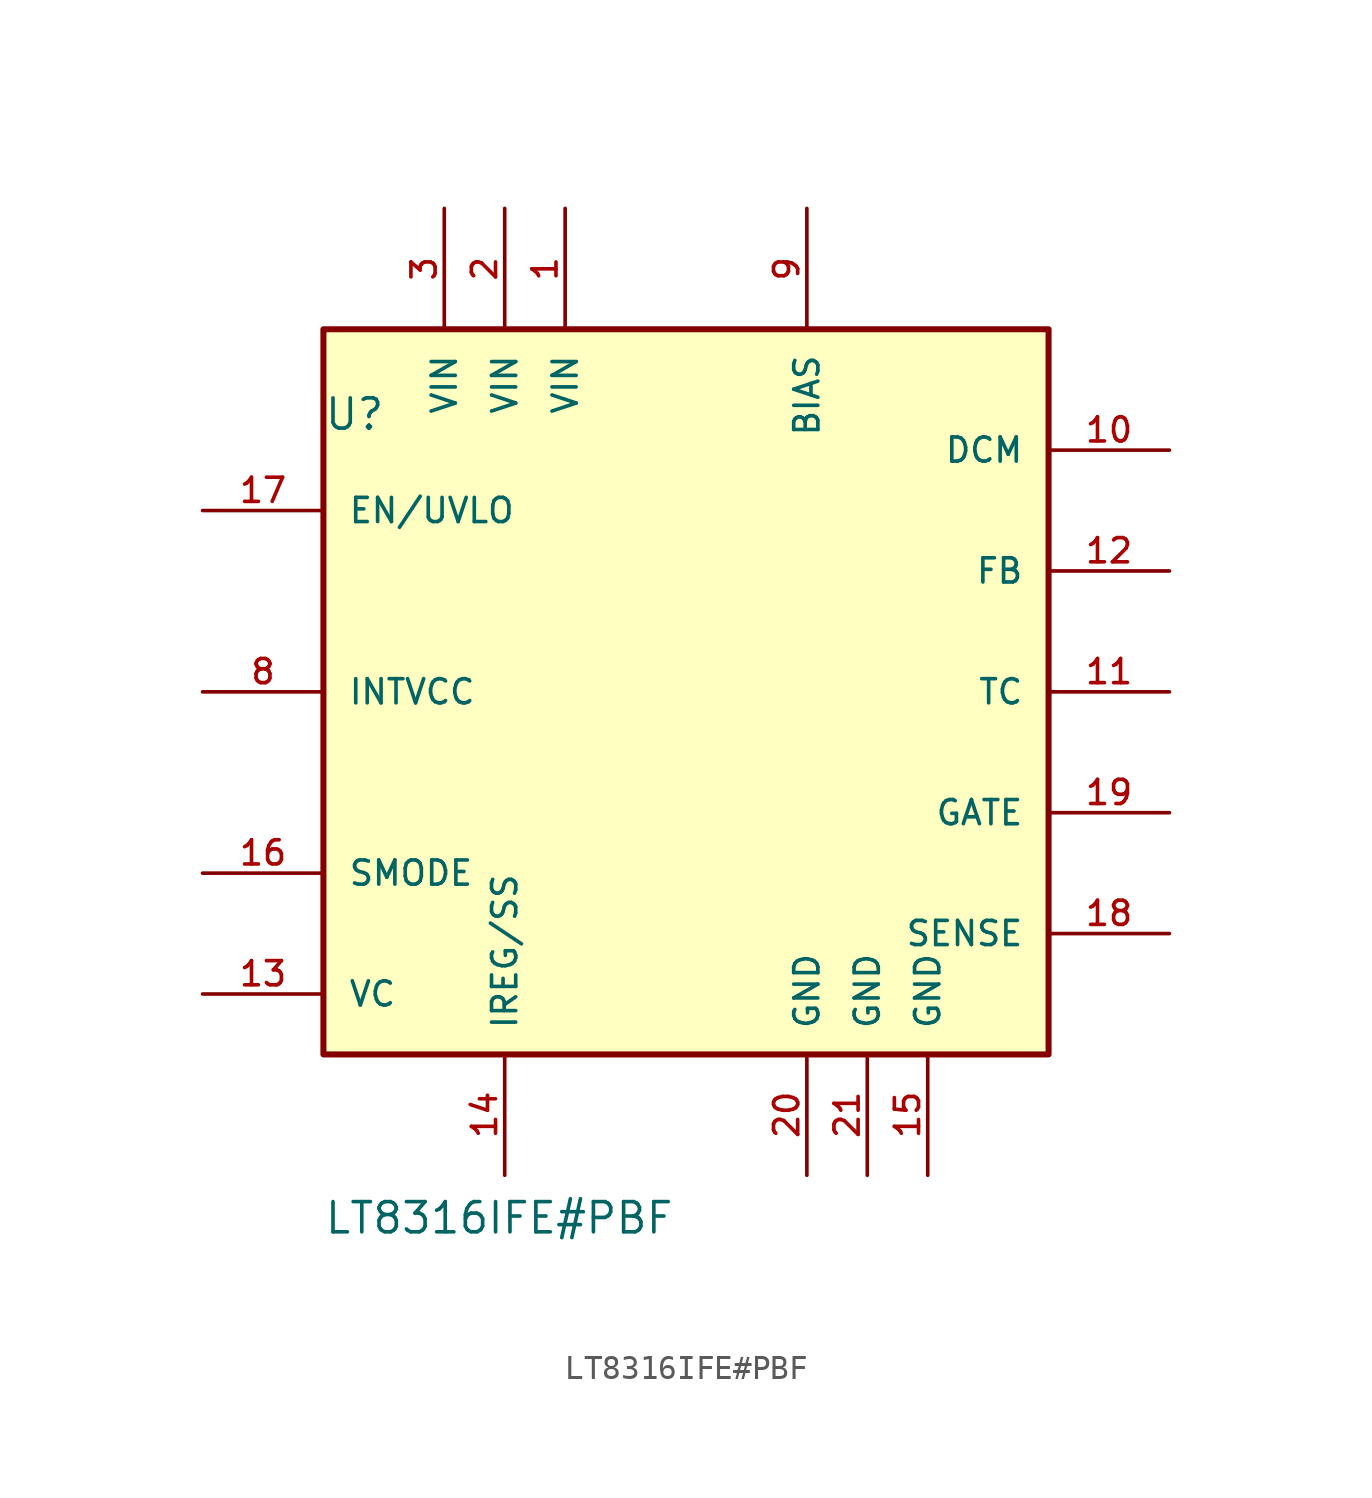
<source format=kicad_sym>
(kicad_symbol_lib
  (version 20211014)
  (generator kicad_symbol_editor)
  (symbol "LT8316IFE#PBF"
    (pin_names
      (offset 1.016))
    (property "Reference" "U"
      (at -15.24 16.002 0)
      (effects (font (size 1.27 1.27)) (justify left bottom)))
    (property "Value" "LT8316IFE#PBF"
      (at -15.24 -17.78 0)
      (effects (font (size 1.27 1.27)) (justify left bottom)))
    (symbol "LT8316IFE#PBF_0_0"
      (rectangle (start -15.24 -10.16) (end 15.24 20.32) (stroke (width 0.254) (type default) (color 0 0 0 0)) (fill (type background)))
      (pin input line (at -5.08 25.4 270) (length 5.08) (name "VIN" (effects (font (size 1.016 1.016)))) (number "1" (effects (font (size 1.016 1.016)))))
      (pin input line (at 20.32 15.24 180) (length 5.08) (name "DCM" (effects (font (size 1.016 1.016)))) (number "10" (effects (font (size 1.016 1.016)))))
      (pin passive line (at 20.32 5.08 180) (length 5.08) (name "TC" (effects (font (size 1.016 1.016)))) (number "11" (effects (font (size 1.016 1.016)))))
      (pin input line (at 20.32 10.16 180) (length 5.08) (name "FB" (effects (font (size 1.016 1.016)))) (number "12" (effects (font (size 1.016 1.016)))))
      (pin passive line (at -20.32 -7.62 0) (length 5.08) (name "VC" (effects (font (size 1.016 1.016)))) (number "13" (effects (font (size 1.016 1.016)))))
      (pin bidirectional line (at -7.62 -15.24 90) (length 5.08) (name "IREG/SS" (effects (font (size 1.016 1.016)))) (number "14" (effects (font (size 1.016 1.016)))))
      (pin power_in line (at 10.16 -15.24 90) (length 5.08) (name "GND" (effects (font (size 1.016 1.016)))) (number "15" (effects (font (size 1.016 1.016)))))
      (pin input line (at -20.32 -2.54 0) (length 5.08) (name "SMODE" (effects (font (size 1.016 1.016)))) (number "16" (effects (font (size 1.016 1.016)))))
      (pin input line (at -20.32 12.7 0) (length 5.08) (name "EN/UVLO" (effects (font (size 1.016 1.016)))) (number "17" (effects (font (size 1.016 1.016)))))
      (pin input line (at 20.32 -5.08 180) (length 5.08) (name "SENSE" (effects (font (size 1.016 1.016)))) (number "18" (effects (font (size 1.016 1.016)))))
      (pin output line (at 20.32 0 180) (length 5.08) (name "GATE" (effects (font (size 1.016 1.016)))) (number "19" (effects (font (size 1.016 1.016)))))
      (pin input line (at -7.62 25.4 270) (length 5.08) (name "VIN" (effects (font (size 1.016 1.016)))) (number "2" (effects (font (size 1.016 1.016)))))
      (pin power_in line (at 5.08 -15.24 90) (length 5.08) (name "GND" (effects (font (size 1.016 1.016)))) (number "20" (effects (font (size 1.016 1.016)))))
      (pin power_in line (at 7.62 -15.24 90) (length 5.08) (name "GND" (effects (font (size 1.016 1.016)))) (number "21" (effects (font (size 1.016 1.016)))))
      (pin input line (at -10.16 25.4 270) (length 5.08) (name "VIN" (effects (font (size 1.016 1.016)))) (number "3" (effects (font (size 1.016 1.016)))))
      (pin output line (at -20.32 5.08 0) (length 5.08) (name "INTVCC" (effects (font (size 1.016 1.016)))) (number "8" (effects (font (size 1.016 1.016)))))
      (pin input line (at 5.08 25.4 270) (length 5.08) (name "BIAS" (effects (font (size 1.016 1.016)))) (number "9" (effects (font (size 1.016 1.016))))))))
</source>
